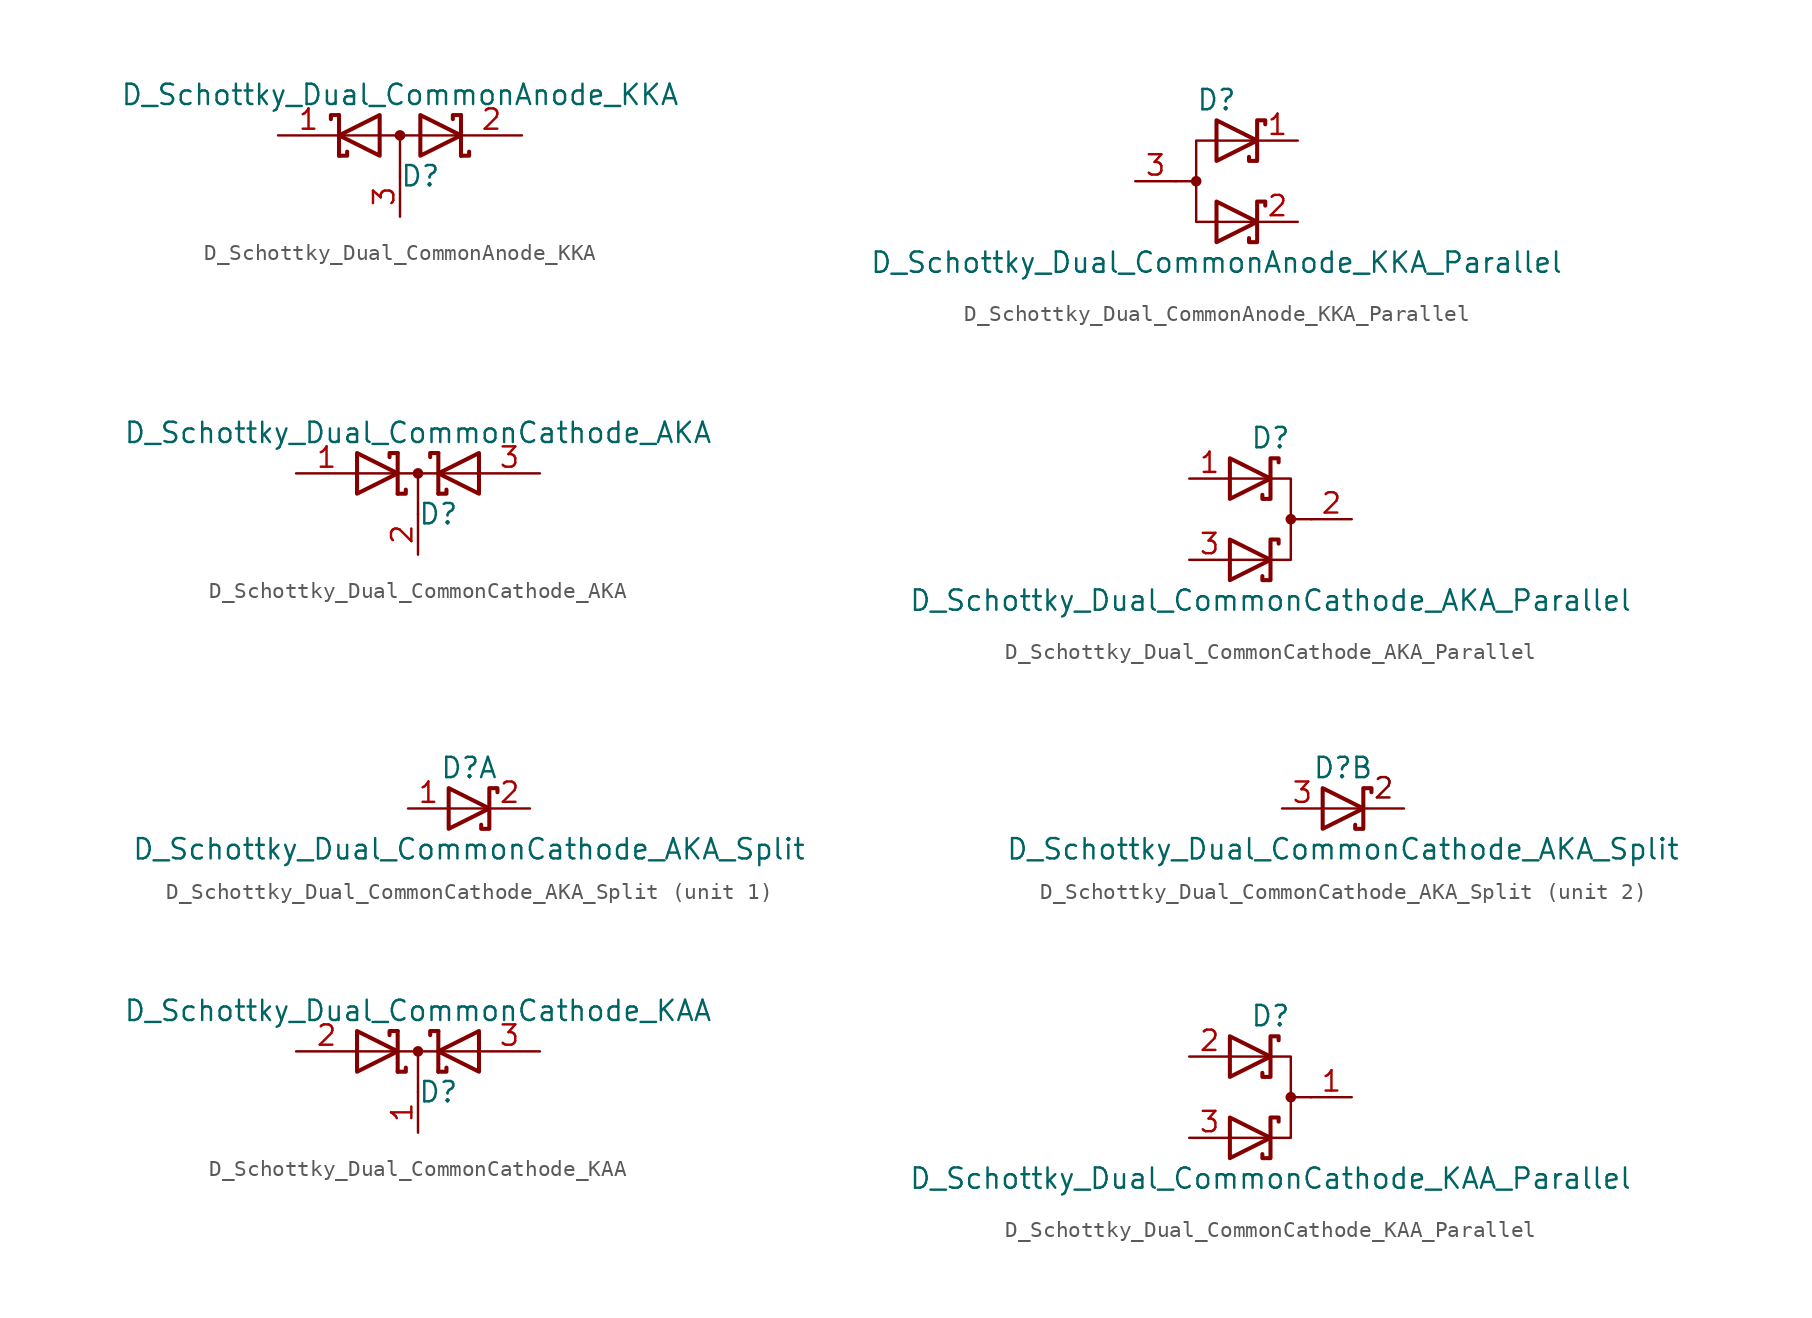
<source format=kicad_sym>
(kicad_symbol_lib
  (version 20220914)
  (generator kicad_symbol_editor)
  (symbol "D_Schottky_Dual_CommonAnode_KKA"
    (pin_names
      (offset 0.762) hide)
    (property "Reference" "D"
      (at 1.27 -2.54 0)
      (effects (font (size 1.27 1.27))))
    (property "Value" "D_Schottky_Dual_CommonAnode_KKA"
      (at 0 2.54 0)
      (effects (font (size 1.27 1.27))))
    (symbol "D_Schottky_Dual_CommonAnode_KKA_0_1"
      (polyline (pts (xy -3.556 0) (xy 3.81 0)) (stroke (width 0) (type default)) (fill (type none)))
      (polyline (pts (xy 0 0) (xy 0 -2.54)) (stroke (width 0) (type default)) (fill (type none)))
      (polyline (pts (xy -3.81 1.27) (xy -3.81 -1.27) (xy -3.81 -1.27)) (stroke (width 0.254) (type default)) (fill (type none)))
      (polyline (pts (xy 3.81 1.27) (xy 3.81 -1.27) (xy 3.81 -1.27)) (stroke (width 0.254) (type default)) (fill (type none)))
      (polyline (pts (xy -3.81 1.27) (xy -4.318 1.27) (xy -4.318 1.016) (xy -4.318 1.016)) (stroke (width 0.254) (type default)) (fill (type none)))
      (polyline (pts (xy 3.81 -1.27) (xy 4.318 -1.27) (xy 4.318 -1.016) (xy 4.318 -1.016)) (stroke (width 0.254) (type default)) (fill (type none)))
      (polyline (pts (xy 3.81 1.27) (xy 3.302 1.27) (xy 3.302 1.016) (xy 3.302 1.016)) (stroke (width 0.254) (type default)) (fill (type none)))
      (polyline (pts (xy -3.302 -1.016) (xy -3.302 -1.27) (xy -3.81 -1.27) (xy -3.81 -1.27) (xy -3.81 -1.27)) (stroke (width 0.254) (type default)) (fill (type none)))
      (polyline (pts (xy -1.27 -1.27) (xy -3.81 0) (xy -1.27 1.27) (xy -1.27 -1.27) (xy -1.27 -1.27) (xy -1.27 -1.27)) (stroke (width 0.254) (type default)) (fill (type none)))
      (polyline (pts (xy 1.27 1.27) (xy 3.81 0) (xy 1.27 -1.27) (xy 1.27 1.27) (xy 1.27 1.27) (xy 1.27 1.27)) (stroke (width 0.254) (type default)) (fill (type none)))
      (circle (center 0 0) (radius 0.254) (stroke (width 0) (type default)) (fill (type outline)))
      (pin passive line (at -7.62 0 0) (length 3.81) (name "K" (effects (font (size 1.27 1.27)))) (number "1" (effects (font (size 1.27 1.27)))))
      (pin passive line (at 7.62 0 180) (length 3.81) (name "K" (effects (font (size 1.27 1.27)))) (number "2" (effects (font (size 1.27 1.27)))))
      (pin passive line (at 0 -5.08 90) (length 2.54) (name "A" (effects (font (size 1.27 1.27)))) (number "3" (effects (font (size 1.27 1.27)))))))
  (symbol "D_Schottky_Dual_CommonAnode_KKA_Parallel"
    (pin_names
      (offset 0.762) hide)
    (property "Reference" "D"
      (at 0 5.08 0)
      (effects (font (size 1.27 1.27))))
    (property "Value" "D_Schottky_Dual_CommonAnode_KKA_Parallel"
      (at 0 -5.08 0)
      (effects (font (size 1.27 1.27))))
    (symbol "D_Schottky_Dual_CommonAnode_KKA_Parallel_0_1"
      (circle (center -1.27 0) (radius 0.254) (stroke (width 0) (type default)) (fill (type outline)))
      (polyline (pts (xy -1.27 0) (xy -2.54 0)) (stroke (width 0) (type default)) (fill (type none)))
      (polyline (pts (xy 2.54 2.54) (xy -1.27 2.54) (xy -1.27 -2.54) (xy 2.54 -2.54)) (stroke (width 0) (type default)) (fill (type none)))
      (polyline (pts (xy 0 -1.27) (xy 2.54 -2.54) (xy 0 -3.81) (xy 0 -1.27) (xy 0 -1.27) (xy 0 -1.27)) (stroke (width 0.254) (type default)) (fill (type none)))
      (polyline (pts (xy 0 3.81) (xy 2.54 2.54) (xy 0 1.27) (xy 0 3.81) (xy 0 3.81) (xy 0 3.81)) (stroke (width 0.254) (type default)) (fill (type none)))
      (polyline (pts (xy 3.048 -1.524) (xy 3.048 -1.27) (xy 2.54 -1.27) (xy 2.54 -3.81) (xy 2.032 -3.81) (xy 2.032 -3.556)) (stroke (width 0.254) (type default)) (fill (type none)))
      (polyline (pts (xy 3.048 3.556) (xy 3.048 3.81) (xy 2.54 3.81) (xy 2.54 1.27) (xy 2.032 1.27) (xy 2.032 1.524)) (stroke (width 0.254) (type default)) (fill (type none)))
      (pin passive line (at 5.08 2.54 180) (length 2.54) (name "K" (effects (font (size 1.27 1.27)))) (number "1" (effects (font (size 1.27 1.27)))))
      (pin passive line (at 5.08 -2.54 180) (length 2.54) (name "K" (effects (font (size 1.27 1.27)))) (number "2" (effects (font (size 1.27 1.27)))))
      (pin passive line (at -5.08 0 0) (length 2.54) (name "A" (effects (font (size 1.27 1.27)))) (number "3" (effects (font (size 1.27 1.27)))))))
  (symbol "D_Schottky_Dual_CommonCathode_AKA"
    (pin_names
      (offset 0.762) hide)
    (property "Reference" "D"
      (at 1.27 -2.54 0)
      (effects (font (size 1.27 1.27))))
    (property "Value" "D_Schottky_Dual_CommonCathode_AKA"
      (at 0 2.54 0)
      (effects (font (size 1.27 1.27))))
    (symbol "D_Schottky_Dual_CommonCathode_AKA_0_1"
      (polyline (pts (xy 0 0) (xy 0 -2.54)) (stroke (width 0) (type default)) (fill (type none)))
      (polyline (pts (xy 3.81 0) (xy -3.81 0)) (stroke (width 0) (type default)) (fill (type none)))
      (polyline (pts (xy -1.27 -1.27) (xy -1.27 1.27) (xy -1.27 1.27)) (stroke (width 0.254) (type default)) (fill (type none)))
      (polyline (pts (xy 1.27 -1.27) (xy 1.27 1.27) (xy 1.27 1.27)) (stroke (width 0.254) (type default)) (fill (type none)))
      (polyline (pts (xy -1.27 -1.27) (xy -0.762 -1.27) (xy -0.762 -1.016) (xy -0.762 -1.016)) (stroke (width 0.254) (type default)) (fill (type none)))
      (polyline (pts (xy 1.27 -1.27) (xy 1.778 -1.27) (xy 1.778 -1.016) (xy 1.778 -1.016)) (stroke (width 0.254) (type default)) (fill (type none)))
      (polyline (pts (xy 1.27 1.27) (xy 0.762 1.27) (xy 0.762 1.016) (xy 0.762 1.016)) (stroke (width 0.254) (type default)) (fill (type none)))
      (polyline (pts (xy -1.778 1.016) (xy -1.778 1.27) (xy -1.27 1.27) (xy -1.27 1.27) (xy -1.27 1.27)) (stroke (width 0.254) (type default)) (fill (type none)))
      (polyline (pts (xy -3.81 1.27) (xy -1.27 0) (xy -3.81 -1.27) (xy -3.81 1.27) (xy -3.81 1.27) (xy -3.81 1.27)) (stroke (width 0.254) (type default)) (fill (type none)))
      (polyline (pts (xy 3.81 -1.27) (xy 1.27 0) (xy 3.81 1.27) (xy 3.81 -1.27) (xy 3.81 -1.27) (xy 3.81 -1.27)) (stroke (width 0.254) (type default)) (fill (type none)))
      (circle (center 0 0) (radius 0.254) (stroke (width 0) (type default)) (fill (type outline)))
      (pin passive line (at -7.62 0 0) (length 3.81) (name "A" (effects (font (size 1.27 1.27)))) (number "1" (effects (font (size 1.27 1.27)))))
      (pin passive line (at 0 -5.08 90) (length 2.54) (name "K" (effects (font (size 1.27 1.27)))) (number "2" (effects (font (size 1.27 1.27)))))
      (pin passive line (at 7.62 0 180) (length 3.81) (name "A" (effects (font (size 1.27 1.27)))) (number "3" (effects (font (size 1.27 1.27)))))))
  (symbol "D_Schottky_Dual_CommonCathode_AKA_Parallel"
    (pin_names
      (offset 0.762) hide)
    (property "Reference" "D"
      (at 0 5.08 0)
      (effects (font (size 1.27 1.27))))
    (property "Value" "D_Schottky_Dual_CommonCathode_AKA_Parallel"
      (at 0 -5.08 0)
      (effects (font (size 1.27 1.27))))
    (symbol "D_Schottky_Dual_CommonCathode_AKA_Parallel_0_1"
      (polyline (pts (xy 1.27 0) (xy 2.54 0)) (stroke (width 0) (type default)) (fill (type none)))
      (polyline (pts (xy -2.54 -2.54) (xy 1.27 -2.54) (xy 1.27 2.54) (xy -2.54 2.54)) (stroke (width 0) (type default)) (fill (type none)))
      (polyline (pts (xy -2.54 -1.27) (xy 0 -2.54) (xy -2.54 -3.81) (xy -2.54 -1.27) (xy -2.54 -1.27) (xy -2.54 -1.27)) (stroke (width 0.254) (type default)) (fill (type none)))
      (polyline (pts (xy -2.54 3.81) (xy 0 2.54) (xy -2.54 1.27) (xy -2.54 3.81) (xy -2.54 3.81) (xy -2.54 3.81)) (stroke (width 0.254) (type default)) (fill (type none)))
      (polyline (pts (xy 0.508 -1.524) (xy 0.508 -1.27) (xy 0 -1.27) (xy 0 -3.81) (xy -0.508 -3.81) (xy -0.508 -3.556)) (stroke (width 0.254) (type default)) (fill (type none)))
      (polyline (pts (xy 0.508 3.556) (xy 0.508 3.81) (xy 0 3.81) (xy 0 1.27) (xy -0.508 1.27) (xy -0.508 1.524)) (stroke (width 0.254) (type default)) (fill (type none)))
      (circle (center 1.27 0) (radius 0.254) (stroke (width 0) (type default)) (fill (type outline)))
      (pin passive line (at -5.08 2.54 0) (length 2.54) (name "K" (effects (font (size 1.27 1.27)))) (number "1" (effects (font (size 1.27 1.27)))))
      (pin passive line (at 5.08 0 180) (length 2.54) (name "A" (effects (font (size 1.27 1.27)))) (number "2" (effects (font (size 1.27 1.27)))))
      (pin passive line (at -5.08 -2.54 0) (length 2.54) (name "K" (effects (font (size 1.27 1.27)))) (number "3" (effects (font (size 1.27 1.27)))))))
  (symbol "D_Schottky_Dual_CommonCathode_AKA_Split"
    (pin_names
      (offset 0.762) hide)
    (property "Reference" "D"
      (at 0 2.54 0)
      (effects (font (size 1.27 1.27))))
    (property "Value" "D_Schottky_Dual_CommonCathode_AKA_Split"
      (at 0 -2.54 0)
      (effects (font (size 1.27 1.27))))
    (property "ki_locked" ""
      (at 0 0 0)
      (effects (font (size 1.27 1.27))))
    (symbol "D_Schottky_Dual_CommonCathode_AKA_Split_0_1"
      (polyline (pts (xy -1.27 1.27) (xy 1.27 0) (xy -1.27 -1.27) (xy -1.27 1.27) (xy -1.27 1.27) (xy -1.27 1.27)) (stroke (width 0.254) (type default)) (fill (type none)))
      (polyline (pts (xy 1.778 1.016) (xy 1.778 1.27) (xy 1.27 1.27) (xy 1.27 -1.27) (xy 0.762 -1.27) (xy 0.762 -1.016)) (stroke (width 0.254) (type default)) (fill (type none))))
    (symbol "D_Schottky_Dual_CommonCathode_AKA_Split_1_1"
      (polyline (pts (xy 1.27 0) (xy -1.27 0)) (stroke (width 0) (type default)) (fill (type none)))
      (pin passive line (at -3.81 0 0) (length 2.54) (name "A" (effects (font (size 1.27 1.27)))) (number "1" (effects (font (size 1.27 1.27)))))
      (pin passive line (at 3.81 0 180) (length 2.54) (name "K" (effects (font (size 1.27 1.27)))) (number "2" (effects (font (size 1.27 1.27))))))
    (symbol "D_Schottky_Dual_CommonCathode_AKA_Split_2_0"
      (polyline (pts (xy 3.81 0) (xy -1.27 0)) (stroke (width 0) (type default)) (fill (type none)))
      (text "2" (at 2.54 1.27 0) (effects (font (size 1.27 1.27)))))
    (symbol "D_Schottky_Dual_CommonCathode_AKA_Split_2_1"
      (pin passive line (at -3.81 0 0) (length 2.54) (name "K" (effects (font (size 1.27 1.27)))) (number "3" (effects (font (size 1.27 1.27)))))))
  (symbol "D_Schottky_Dual_CommonCathode_KAA"
    (pin_names
      (offset 0.762) hide)
    (property "Reference" "D"
      (at 1.27 -2.54 0)
      (effects (font (size 1.27 1.27))))
    (property "Value" "D_Schottky_Dual_CommonCathode_KAA"
      (at 0 2.54 0)
      (effects (font (size 1.27 1.27))))
    (symbol "D_Schottky_Dual_CommonCathode_KAA_0_1"
      (polyline (pts (xy -3.81 0) (xy 3.81 0)) (stroke (width 0) (type default)) (fill (type none)))
      (polyline (pts (xy 0 0) (xy 0 -2.54)) (stroke (width 0) (type default)) (fill (type none)))
      (polyline (pts (xy -1.27 -1.27) (xy -1.27 1.27) (xy -1.27 1.27)) (stroke (width 0.254) (type default)) (fill (type none)))
      (polyline (pts (xy 1.27 -1.27) (xy 1.27 1.27) (xy 1.27 1.27)) (stroke (width 0.254) (type default)) (fill (type none)))
      (polyline (pts (xy -1.27 -1.27) (xy -0.762 -1.27) (xy -0.762 -1.016) (xy -0.762 -1.016)) (stroke (width 0.254) (type default)) (fill (type none)))
      (polyline (pts (xy 1.27 -1.27) (xy 1.778 -1.27) (xy 1.778 -1.016) (xy 1.778 -1.016)) (stroke (width 0.254) (type default)) (fill (type none)))
      (polyline (pts (xy 1.27 1.27) (xy 0.762 1.27) (xy 0.762 1.016) (xy 0.762 1.016)) (stroke (width 0.254) (type default)) (fill (type none)))
      (polyline (pts (xy -1.778 1.016) (xy -1.778 1.27) (xy -1.27 1.27) (xy -1.27 1.27) (xy -1.27 1.27)) (stroke (width 0.254) (type default)) (fill (type none)))
      (polyline (pts (xy -3.81 1.27) (xy -1.27 0) (xy -3.81 -1.27) (xy -3.81 1.27) (xy -3.81 1.27) (xy -3.81 1.27)) (stroke (width 0.254) (type default)) (fill (type none)))
      (polyline (pts (xy 3.81 -1.27) (xy 1.27 0) (xy 3.81 1.27) (xy 3.81 -1.27) (xy 3.81 -1.27) (xy 3.81 -1.27)) (stroke (width 0.254) (type default)) (fill (type none)))
      (circle (center 0 0) (radius 0.254) (stroke (width 0) (type default)) (fill (type outline)))
      (pin passive line (at 0 -5.08 90) (length 2.54) (name "K" (effects (font (size 1.27 1.27)))) (number "1" (effects (font (size 1.27 1.27)))))
      (pin passive line (at -7.62 0 0) (length 3.81) (name "A" (effects (font (size 1.27 1.27)))) (number "2" (effects (font (size 1.27 1.27)))))
      (pin passive line (at 7.62 0 180) (length 3.81) (name "A" (effects (font (size 1.27 1.27)))) (number "3" (effects (font (size 1.27 1.27)))))))
  (symbol "D_Schottky_Dual_CommonCathode_KAA_Parallel"
    (pin_names
      (offset 0.762) hide)
    (property "Reference" "D"
      (at 0 5.08 0)
      (effects (font (size 1.27 1.27))))
    (property "Value" "D_Schottky_Dual_CommonCathode_KAA_Parallel"
      (at 0 -5.08 0)
      (effects (font (size 1.27 1.27))))
    (symbol "D_Schottky_Dual_CommonCathode_KAA_Parallel_0_1"
      (polyline (pts (xy 1.27 0) (xy 2.54 0)) (stroke (width 0) (type default)) (fill (type none)))
      (polyline (pts (xy -2.54 -2.54) (xy 1.27 -2.54) (xy 1.27 2.54) (xy -2.54 2.54)) (stroke (width 0) (type default)) (fill (type none)))
      (polyline (pts (xy -2.54 -1.27) (xy 0 -2.54) (xy -2.54 -3.81) (xy -2.54 -1.27) (xy -2.54 -1.27) (xy -2.54 -1.27)) (stroke (width 0.254) (type default)) (fill (type none)))
      (polyline (pts (xy -2.54 3.81) (xy 0 2.54) (xy -2.54 1.27) (xy -2.54 3.81) (xy -2.54 3.81) (xy -2.54 3.81)) (stroke (width 0.254) (type default)) (fill (type none)))
      (polyline (pts (xy 0.508 -1.524) (xy 0.508 -1.27) (xy 0 -1.27) (xy 0 -3.81) (xy -0.508 -3.81) (xy -0.508 -3.556)) (stroke (width 0.254) (type default)) (fill (type none)))
      (polyline (pts (xy 0.508 3.556) (xy 0.508 3.81) (xy 0 3.81) (xy 0 1.27) (xy -0.508 1.27) (xy -0.508 1.524)) (stroke (width 0.254) (type default)) (fill (type none)))
      (circle (center 1.27 0) (radius 0.254) (stroke (width 0) (type default)) (fill (type outline)))
      (pin passive line (at 5.08 0 180) (length 2.54) (name "A" (effects (font (size 1.27 1.27)))) (number "1" (effects (font (size 1.27 1.27)))))
      (pin passive line (at -5.08 2.54 0) (length 2.54) (name "K" (effects (font (size 1.27 1.27)))) (number "2" (effects (font (size 1.27 1.27)))))
      (pin passive line (at -5.08 -2.54 0) (length 2.54) (name "K" (effects (font (size 1.27 1.27)))) (number "3" (effects (font (size 1.27 1.27))))))))
</source>
